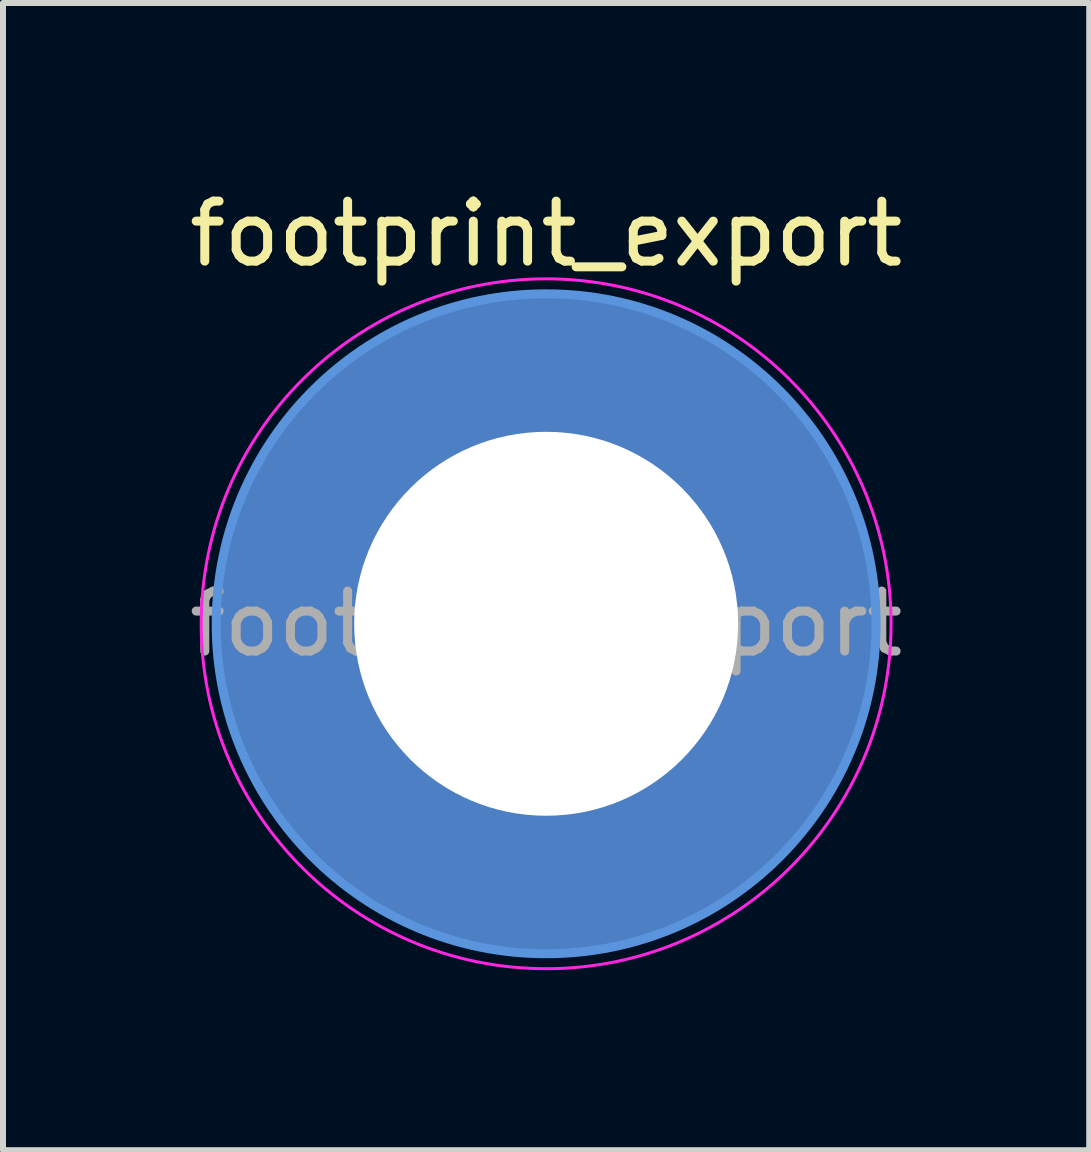
<source format=kicad_pcb>
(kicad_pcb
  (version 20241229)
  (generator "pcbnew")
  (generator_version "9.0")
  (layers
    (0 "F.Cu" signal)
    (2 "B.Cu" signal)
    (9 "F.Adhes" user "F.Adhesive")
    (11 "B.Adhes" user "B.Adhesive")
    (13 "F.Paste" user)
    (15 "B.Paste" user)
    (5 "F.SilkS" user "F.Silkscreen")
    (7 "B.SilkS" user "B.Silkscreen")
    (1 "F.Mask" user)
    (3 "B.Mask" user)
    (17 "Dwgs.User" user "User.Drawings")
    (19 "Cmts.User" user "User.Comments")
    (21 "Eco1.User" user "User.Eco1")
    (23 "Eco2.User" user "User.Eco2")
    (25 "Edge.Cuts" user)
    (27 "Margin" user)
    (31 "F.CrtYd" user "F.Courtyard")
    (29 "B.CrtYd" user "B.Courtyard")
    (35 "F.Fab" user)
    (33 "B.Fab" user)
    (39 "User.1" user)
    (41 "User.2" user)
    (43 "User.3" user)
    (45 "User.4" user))
  (footprint "footprint_export"
    (layer "F.Cu")
    (at 6.054 7.348)
    (property "Reference" "footprint_export" (at 0 -6.5 0) (layer "F.SilkS") (effects (font (size 1 1) (thickness 0.15))))
    (attr exclude_from_pos_files exclude_from_bom)
    (fp_circle (center 0 0) (end 5.5 0) (stroke (width 0.15) (type solid)) (fill no) (layer "Cmts.User"))
    (fp_circle (center 0 0) (end 5.75 0) (stroke (width 0.05) (type solid)) (fill no) (layer "F.CrtYd"))
    (fp_text user "${REFERENCE}" (at 0 0 0) (layer "F.Fab") (effects (font (size 1 1) (thickness 0.15))))
    (pad "1" thru_hole circle (at 0 0) (size 11 11) (drill 6.4) (layers "*.Cu" "*.Mask")))
  (gr_rect
    (start -3 -3)
    (end 15.107 16.123)
    (stroke (width 0.1) (type default))
    (fill no)
    (layer "Edge.Cuts")))
</source>
